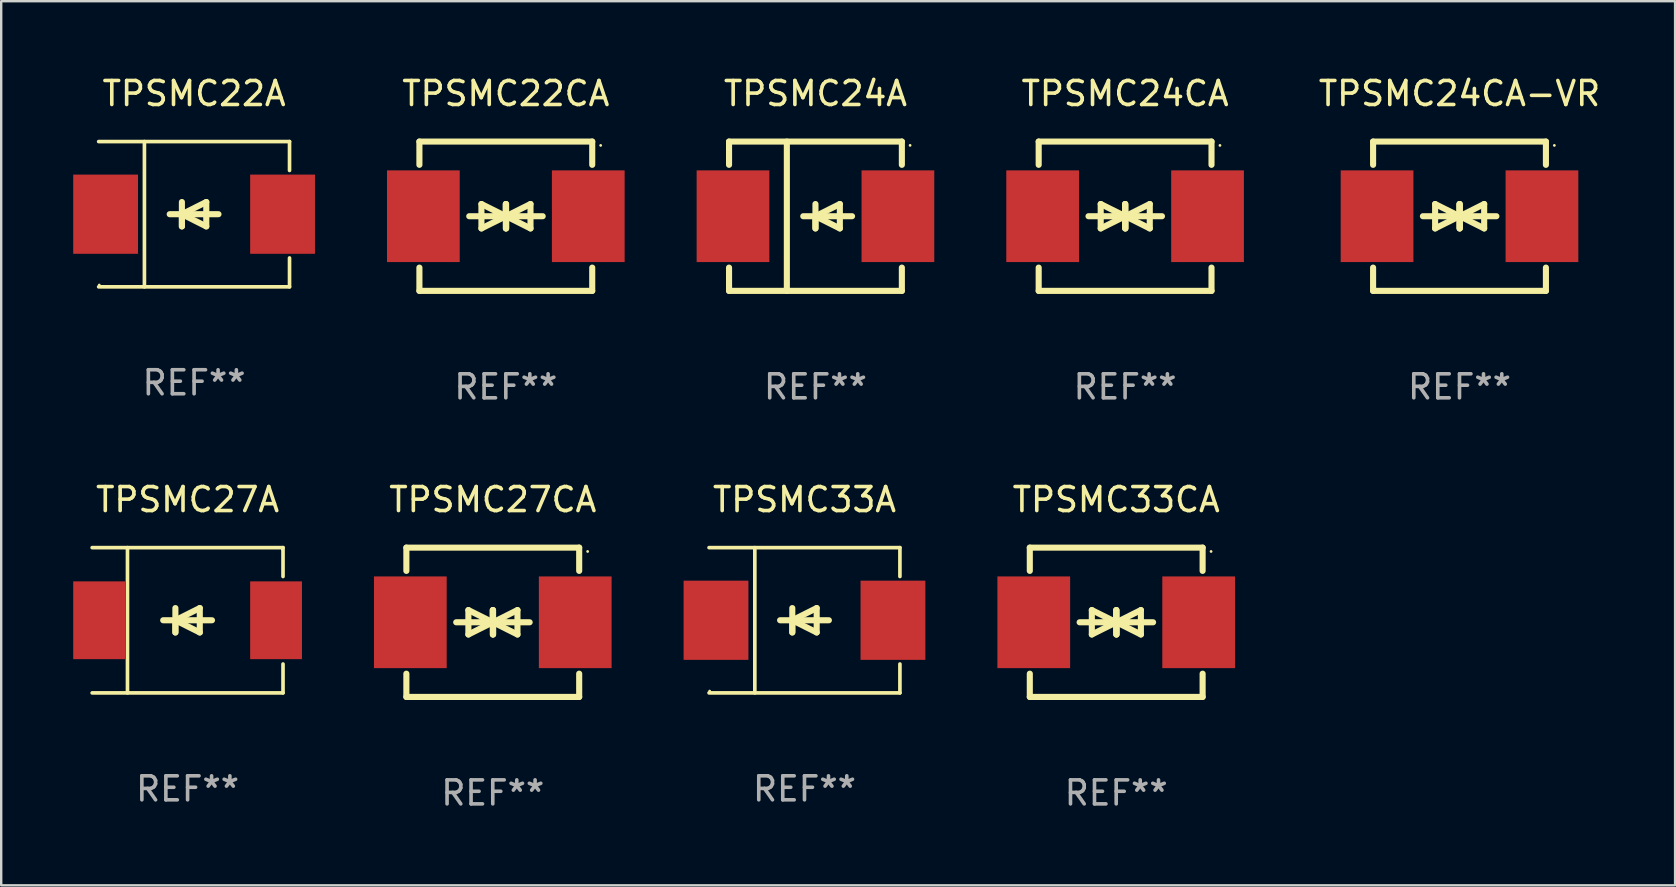
<source format=kicad_pcb>
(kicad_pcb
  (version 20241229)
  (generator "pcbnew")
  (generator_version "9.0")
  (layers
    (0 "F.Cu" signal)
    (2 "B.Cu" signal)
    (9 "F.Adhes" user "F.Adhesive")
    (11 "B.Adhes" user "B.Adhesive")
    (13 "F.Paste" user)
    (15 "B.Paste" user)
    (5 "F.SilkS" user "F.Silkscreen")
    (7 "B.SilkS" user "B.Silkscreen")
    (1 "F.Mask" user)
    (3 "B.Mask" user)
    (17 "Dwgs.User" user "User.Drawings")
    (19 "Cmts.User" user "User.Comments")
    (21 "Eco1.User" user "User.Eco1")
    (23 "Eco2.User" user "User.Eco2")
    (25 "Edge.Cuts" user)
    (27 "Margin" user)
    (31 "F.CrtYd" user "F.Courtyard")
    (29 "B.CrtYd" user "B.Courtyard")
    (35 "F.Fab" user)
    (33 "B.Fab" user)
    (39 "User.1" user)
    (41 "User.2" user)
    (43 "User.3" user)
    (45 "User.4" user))
  (footprint "TPSMC33A"
    (layer "F.Cu")
    (at 30.466 22.791)
    (property "Reference" "TPSMC33A" (at 0 -5.026 0) (layer "F.SilkS") (effects (font (size 1 1) (thickness 0.15))))
    (attr through_hole)
    (fp_line (start -3.976 -3.026) (end 3.976 -3.026) (stroke (width 0.152) (type solid)) (layer "F.SilkS"))
    (fp_line (start -3.976 3.026) (end 3.976 3.026) (stroke (width 0.152) (type solid)) (layer "F.SilkS"))
    (fp_line (start -2.069 -3.026) (end -2.069 3.026) (stroke (width 0.152) (type solid)) (layer "F.SilkS"))
    (fp_line (start -0.508 0) (end -0.508 0.508) (stroke (width 0.254) (type solid)) (layer "F.SilkS"))
    (fp_line (start -0.508 0) (end 0.508 0.508) (stroke (width 0.254) (type solid)) (layer "F.SilkS"))
    (fp_line (start -0.508 0.508) (end -0.508 -0.508) (stroke (width 0.254) (type solid)) (layer "F.SilkS"))
    (fp_line (start 0.508 -0.508) (end -0.508 0) (stroke (width 0.254) (type solid)) (layer "F.SilkS"))
    (fp_line (start 0.508 0.508) (end 0.508 -0.508) (stroke (width 0.254) (type solid)) (layer "F.SilkS"))
    (fp_line (start 1.016 0) (end -1.016 0) (stroke (width 0.254) (type solid)) (layer "F.SilkS"))
    (fp_line (start 3.976 -3.026) (end 3.976 -1.823) (stroke (width 0.152) (type solid)) (layer "F.SilkS"))
    (fp_line (start 3.976 3.026) (end 3.976 1.823) (stroke (width 0.152) (type solid)) (layer "F.SilkS"))
    (fp_circle (center -3.95 2.95) (end -3.92 2.95) (stroke (width 0.06) (type solid)) (fill no) (layer "F.SilkS"))
    (fp_text user "REF**" (at 0 7.026 0) (layer "F.Fab") (effects (font (size 1 1) (thickness 0.15))))
    (pad "1" smd rect (at -3.686 0) (size 2.7 3.3) (layers "F.Cu" "F.Mask" "F.Paste"))
    (pad "2" smd rect (at 3.686 0) (size 2.7 3.3) (layers "F.Cu" "F.Mask" "F.Paste")))
  (footprint "TPSMC27CA"
    (layer "F.Cu")
    (at 17.48 22.875)
    (property "Reference" "TPSMC27CA" (at 0 -5.11 0) (layer "F.SilkS") (effects (font (size 1 1) (thickness 0.15))))
    (attr through_hole)
    (fp_line (start -3.6 -2.141) (end -3.6 -3.11) (stroke (width 0.254) (type solid)) (layer "F.SilkS"))
    (fp_line (start -3.6 3.11) (end -3.6 2.141) (stroke (width 0.254) (type solid)) (layer "F.SilkS"))
    (fp_line (start -1.524 0) (end 0.508 0) (stroke (width 0.254) (type solid)) (layer "F.SilkS"))
    (fp_line (start -1.016 -0.508) (end -1.016 0.508) (stroke (width 0.254) (type solid)) (layer "F.SilkS"))
    (fp_line (start -1.016 0.508) (end 0 0) (stroke (width 0.254) (type solid)) (layer "F.SilkS"))
    (fp_line (start 0 -0.508) (end 0 0.508) (stroke (width 0.254) (type solid)) (layer "F.SilkS"))
    (fp_line (start 0 0) (end -1.016 -0.508) (stroke (width 0.254) (type solid)) (layer "F.SilkS"))
    (fp_line (start 0 0) (end 0 -0.508) (stroke (width 0.254) (type solid)) (layer "F.SilkS"))
    (fp_line (start 0.012 0) (end 0.012 0.508) (stroke (width 0.254) (type solid)) (layer "F.SilkS"))
    (fp_line (start 0.012 0) (end 1.028 0.508) (stroke (width 0.254) (type solid)) (layer "F.SilkS"))
    (fp_line (start 0.012 0.508) (end 0.012 -0.508) (stroke (width 0.254) (type solid)) (layer "F.SilkS"))
    (fp_line (start 1.028 -0.508) (end 0.012 0) (stroke (width 0.254) (type solid)) (layer "F.SilkS"))
    (fp_line (start 1.028 0.508) (end 1.028 -0.508) (stroke (width 0.254) (type solid)) (layer "F.SilkS"))
    (fp_line (start 1.536 0) (end -0.496 0) (stroke (width 0.254) (type solid)) (layer "F.SilkS"))
    (fp_line (start 3.6 -3.11) (end -3.6 -3.11) (stroke (width 0.254) (type solid)) (layer "F.SilkS"))
    (fp_line (start 3.6 -2.141) (end 3.6 -3.11) (stroke (width 0.254) (type solid)) (layer "F.SilkS"))
    (fp_line (start 3.6 3.11) (end -3.6 3.11) (stroke (width 0.254) (type solid)) (layer "F.SilkS"))
    (fp_line (start 3.6 3.11) (end 3.6 2.141) (stroke (width 0.254) (type solid)) (layer "F.SilkS"))
    (fp_circle (center 3.952 -2.95) (end 3.982 -2.95) (stroke (width 0.06) (type solid)) (fill no) (layer "F.SilkS"))
    (fp_text user "REF**" (at 0 7.11 0) (layer "F.Fab") (effects (font (size 1 1) (thickness 0.15))))
    (pad "1" smd rect (at 3.435 0) (size 3.03 3.82) (layers "F.Cu" "F.Mask" "F.Paste"))
    (pad "2" smd rect (at -3.435 0) (size 3.03 3.82) (layers "F.Cu" "F.Mask" "F.Paste")))
  (footprint "TPSMC24CA"
    (layer "F.Cu")
    (at 43.823 5.958)
    (property "Reference" "TPSMC24CA" (at 0 -5.11 0) (layer "F.SilkS") (effects (font (size 1 1) (thickness 0.15))))
    (attr through_hole)
    (fp_line (start -3.6 -2.141) (end -3.6 -3.11) (stroke (width 0.254) (type solid)) (layer "F.SilkS"))
    (fp_line (start -3.6 3.11) (end -3.6 2.141) (stroke (width 0.254) (type solid)) (layer "F.SilkS"))
    (fp_line (start -1.524 0) (end 0.508 0) (stroke (width 0.254) (type solid)) (layer "F.SilkS"))
    (fp_line (start -1.016 -0.508) (end -1.016 0.508) (stroke (width 0.254) (type solid)) (layer "F.SilkS"))
    (fp_line (start -1.016 0.508) (end 0 0) (stroke (width 0.254) (type solid)) (layer "F.SilkS"))
    (fp_line (start 0 -0.508) (end 0 0.508) (stroke (width 0.254) (type solid)) (layer "F.SilkS"))
    (fp_line (start 0 0) (end -1.016 -0.508) (stroke (width 0.254) (type solid)) (layer "F.SilkS"))
    (fp_line (start 0 0) (end 0 -0.508) (stroke (width 0.254) (type solid)) (layer "F.SilkS"))
    (fp_line (start 0.012 0) (end 0.012 0.508) (stroke (width 0.254) (type solid)) (layer "F.SilkS"))
    (fp_line (start 0.012 0) (end 1.028 0.508) (stroke (width 0.254) (type solid)) (layer "F.SilkS"))
    (fp_line (start 0.012 0.508) (end 0.012 -0.508) (stroke (width 0.254) (type solid)) (layer "F.SilkS"))
    (fp_line (start 1.028 -0.508) (end 0.012 0) (stroke (width 0.254) (type solid)) (layer "F.SilkS"))
    (fp_line (start 1.028 0.508) (end 1.028 -0.508) (stroke (width 0.254) (type solid)) (layer "F.SilkS"))
    (fp_line (start 1.536 0) (end -0.496 0) (stroke (width 0.254) (type solid)) (layer "F.SilkS"))
    (fp_line (start 3.6 -3.11) (end -3.6 -3.11) (stroke (width 0.254) (type solid)) (layer "F.SilkS"))
    (fp_line (start 3.6 -2.141) (end 3.6 -3.11) (stroke (width 0.254) (type solid)) (layer "F.SilkS"))
    (fp_line (start 3.6 3.11) (end -3.6 3.11) (stroke (width 0.254) (type solid)) (layer "F.SilkS"))
    (fp_line (start 3.6 3.11) (end 3.6 2.141) (stroke (width 0.254) (type solid)) (layer "F.SilkS"))
    (fp_circle (center 3.952 -2.95) (end 3.982 -2.95) (stroke (width 0.06) (type solid)) (fill no) (layer "F.SilkS"))
    (fp_text user "REF**" (at 0 7.11 0) (layer "F.Fab") (effects (font (size 1 1) (thickness 0.15))))
    (pad "1" smd rect (at 3.435 0) (size 3.03 3.82) (layers "F.Cu" "F.Mask" "F.Paste"))
    (pad "2" smd rect (at -3.435 0) (size 3.03 3.82) (layers "F.Cu" "F.Mask" "F.Paste")))
  (footprint "TPSMC33CA"
    (layer "F.Cu")
    (at 43.453 22.875)
    (property "Reference" "TPSMC33CA" (at 0 -5.11 0) (layer "F.SilkS") (effects (font (size 1 1) (thickness 0.15))))
    (attr through_hole)
    (fp_line (start -3.6 -2.141) (end -3.6 -3.11) (stroke (width 0.254) (type solid)) (layer "F.SilkS"))
    (fp_line (start -3.6 3.11) (end -3.6 2.141) (stroke (width 0.254) (type solid)) (layer "F.SilkS"))
    (fp_line (start -1.524 0) (end 0.508 0) (stroke (width 0.254) (type solid)) (layer "F.SilkS"))
    (fp_line (start -1.016 -0.508) (end -1.016 0.508) (stroke (width 0.254) (type solid)) (layer "F.SilkS"))
    (fp_line (start -1.016 0.508) (end 0 0) (stroke (width 0.254) (type solid)) (layer "F.SilkS"))
    (fp_line (start 0 -0.508) (end 0 0.508) (stroke (width 0.254) (type solid)) (layer "F.SilkS"))
    (fp_line (start 0 0) (end -1.016 -0.508) (stroke (width 0.254) (type solid)) (layer "F.SilkS"))
    (fp_line (start 0 0) (end 0 -0.508) (stroke (width 0.254) (type solid)) (layer "F.SilkS"))
    (fp_line (start 0.012 0) (end 0.012 0.508) (stroke (width 0.254) (type solid)) (layer "F.SilkS"))
    (fp_line (start 0.012 0) (end 1.028 0.508) (stroke (width 0.254) (type solid)) (layer "F.SilkS"))
    (fp_line (start 0.012 0.508) (end 0.012 -0.508) (stroke (width 0.254) (type solid)) (layer "F.SilkS"))
    (fp_line (start 1.028 -0.508) (end 0.012 0) (stroke (width 0.254) (type solid)) (layer "F.SilkS"))
    (fp_line (start 1.028 0.508) (end 1.028 -0.508) (stroke (width 0.254) (type solid)) (layer "F.SilkS"))
    (fp_line (start 1.536 0) (end -0.496 0) (stroke (width 0.254) (type solid)) (layer "F.SilkS"))
    (fp_line (start 3.6 -3.11) (end -3.6 -3.11) (stroke (width 0.254) (type solid)) (layer "F.SilkS"))
    (fp_line (start 3.6 -2.141) (end 3.6 -3.11) (stroke (width 0.254) (type solid)) (layer "F.SilkS"))
    (fp_line (start 3.6 3.11) (end -3.6 3.11) (stroke (width 0.254) (type solid)) (layer "F.SilkS"))
    (fp_line (start 3.6 3.11) (end 3.6 2.141) (stroke (width 0.254) (type solid)) (layer "F.SilkS"))
    (fp_circle (center 3.952 -2.95) (end 3.982 -2.95) (stroke (width 0.06) (type solid)) (fill no) (layer "F.SilkS"))
    (fp_text user "REF**" (at 0 7.11 0) (layer "F.Fab") (effects (font (size 1 1) (thickness 0.15))))
    (pad "1" smd rect (at 3.435 0) (size 3.03 3.82) (layers "F.Cu" "F.Mask" "F.Paste"))
    (pad "2" smd rect (at -3.435 0) (size 3.03 3.82) (layers "F.Cu" "F.Mask" "F.Paste")))
  (footprint "TPSMC27A"
    (layer "F.Cu")
    (at 4.765 22.791)
    (property "Reference" "TPSMC27A" (at 0 -5.026 0) (layer "F.SilkS") (effects (font (size 1 1) (thickness 0.15))))
    (attr through_hole)
    (fp_line (start -3.976 -3.026) (end 3.976 -3.026) (stroke (width 0.152) (type solid)) (layer "F.SilkS"))
    (fp_line (start -3.976 3.026) (end 3.976 3.026) (stroke (width 0.152) (type solid)) (layer "F.SilkS"))
    (fp_line (start -2.504 -3.026) (end -2.504 3.026) (stroke (width 0.152) (type solid)) (layer "F.SilkS"))
    (fp_line (start -0.508 0) (end -0.508 0.508) (stroke (width 0.254) (type solid)) (layer "F.SilkS"))
    (fp_line (start -0.508 0) (end 0.508 0.508) (stroke (width 0.254) (type solid)) (layer "F.SilkS"))
    (fp_line (start -0.508 0.508) (end -0.508 -0.508) (stroke (width 0.254) (type solid)) (layer "F.SilkS"))
    (fp_line (start 0.508 -0.508) (end -0.508 0) (stroke (width 0.254) (type solid)) (layer "F.SilkS"))
    (fp_line (start 0.508 0.508) (end 0.508 -0.508) (stroke (width 0.254) (type solid)) (layer "F.SilkS"))
    (fp_line (start 1.016 0) (end -1.016 0) (stroke (width 0.254) (type solid)) (layer "F.SilkS"))
    (fp_line (start 3.976 -3.026) (end 3.976 -1.823) (stroke (width 0.152) (type solid)) (layer "F.SilkS"))
    (fp_line (start 3.976 3.026) (end 3.976 1.823) (stroke (width 0.152) (type solid)) (layer "F.SilkS"))
    (fp_circle (center 3.95 -2.95) (end 3.98 -2.95) (stroke (width 0.06) (type solid)) (fill no) (layer "F.SilkS"))
    (fp_text user "REF**" (at 0 7.026 0) (layer "F.Fab") (effects (font (size 1 1) (thickness 0.15))))
    (pad "1" smd rect (at 3.686 0 180) (size 2.158 3.24) (layers "F.Cu" "F.Mask" "F.Paste"))
    (pad "2" smd rect (at -3.686 0 180) (size 2.158 3.24) (layers "F.Cu" "F.Mask" "F.Paste")))
  (footprint "TPSMC22A"
    (layer "F.Cu")
    (at 5.036 5.874)
    (property "Reference" "TPSMC22A" (at 0 -5.026 0) (layer "F.SilkS") (effects (font (size 1 1) (thickness 0.15))))
    (attr through_hole)
    (fp_line (start -3.976 -3.026) (end 3.976 -3.026) (stroke (width 0.152) (type solid)) (layer "F.SilkS"))
    (fp_line (start -3.976 3.026) (end 3.976 3.026) (stroke (width 0.152) (type solid)) (layer "F.SilkS"))
    (fp_line (start -2.069 -3.026) (end -2.069 3.026) (stroke (width 0.152) (type solid)) (layer "F.SilkS"))
    (fp_line (start -0.508 0) (end -0.508 0.508) (stroke (width 0.254) (type solid)) (layer "F.SilkS"))
    (fp_line (start -0.508 0) (end 0.508 0.508) (stroke (width 0.254) (type solid)) (layer "F.SilkS"))
    (fp_line (start -0.508 0.508) (end -0.508 -0.508) (stroke (width 0.254) (type solid)) (layer "F.SilkS"))
    (fp_line (start 0.508 -0.508) (end -0.508 0) (stroke (width 0.254) (type solid)) (layer "F.SilkS"))
    (fp_line (start 0.508 0.508) (end 0.508 -0.508) (stroke (width 0.254) (type solid)) (layer "F.SilkS"))
    (fp_line (start 1.016 0) (end -1.016 0) (stroke (width 0.254) (type solid)) (layer "F.SilkS"))
    (fp_line (start 3.976 -3.026) (end 3.976 -1.823) (stroke (width 0.152) (type solid)) (layer "F.SilkS"))
    (fp_line (start 3.976 3.026) (end 3.976 1.823) (stroke (width 0.152) (type solid)) (layer "F.SilkS"))
    (fp_circle (center -3.95 2.95) (end -3.92 2.95) (stroke (width 0.06) (type solid)) (fill no) (layer "F.SilkS"))
    (fp_text user "REF**" (at 0 7.026 0) (layer "F.Fab") (effects (font (size 1 1) (thickness 0.15))))
    (pad "1" smd rect (at -3.686 0) (size 2.7 3.3) (layers "F.Cu" "F.Mask" "F.Paste"))
    (pad "2" smd rect (at 3.686 0) (size 2.7 3.3) (layers "F.Cu" "F.Mask" "F.Paste")))
  (footprint "TPSMC22CA"
    (layer "F.Cu")
    (at 18.023 5.958)
    (property "Reference" "TPSMC22CA" (at 0 -5.11 0) (layer "F.SilkS") (effects (font (size 1 1) (thickness 0.15))))
    (attr through_hole)
    (fp_line (start -3.6 -2.141) (end -3.6 -3.11) (stroke (width 0.254) (type solid)) (layer "F.SilkS"))
    (fp_line (start -3.6 3.11) (end -3.6 2.141) (stroke (width 0.254) (type solid)) (layer "F.SilkS"))
    (fp_line (start -1.524 0) (end 0.508 0) (stroke (width 0.254) (type solid)) (layer "F.SilkS"))
    (fp_line (start -1.016 -0.508) (end -1.016 0.508) (stroke (width 0.254) (type solid)) (layer "F.SilkS"))
    (fp_line (start -1.016 0.508) (end 0 0) (stroke (width 0.254) (type solid)) (layer "F.SilkS"))
    (fp_line (start 0 -0.508) (end 0 0.508) (stroke (width 0.254) (type solid)) (layer "F.SilkS"))
    (fp_line (start 0 0) (end -1.016 -0.508) (stroke (width 0.254) (type solid)) (layer "F.SilkS"))
    (fp_line (start 0 0) (end 0 -0.508) (stroke (width 0.254) (type solid)) (layer "F.SilkS"))
    (fp_line (start 0.012 0) (end 0.012 0.508) (stroke (width 0.254) (type solid)) (layer "F.SilkS"))
    (fp_line (start 0.012 0) (end 1.028 0.508) (stroke (width 0.254) (type solid)) (layer "F.SilkS"))
    (fp_line (start 0.012 0.508) (end 0.012 -0.508) (stroke (width 0.254) (type solid)) (layer "F.SilkS"))
    (fp_line (start 1.028 -0.508) (end 0.012 0) (stroke (width 0.254) (type solid)) (layer "F.SilkS"))
    (fp_line (start 1.028 0.508) (end 1.028 -0.508) (stroke (width 0.254) (type solid)) (layer "F.SilkS"))
    (fp_line (start 1.536 0) (end -0.496 0) (stroke (width 0.254) (type solid)) (layer "F.SilkS"))
    (fp_line (start 3.6 -3.11) (end -3.6 -3.11) (stroke (width 0.254) (type solid)) (layer "F.SilkS"))
    (fp_line (start 3.6 -2.141) (end 3.6 -3.11) (stroke (width 0.254) (type solid)) (layer "F.SilkS"))
    (fp_line (start 3.6 3.11) (end -3.6 3.11) (stroke (width 0.254) (type solid)) (layer "F.SilkS"))
    (fp_line (start 3.6 3.11) (end 3.6 2.141) (stroke (width 0.254) (type solid)) (layer "F.SilkS"))
    (fp_circle (center 3.952 -2.95) (end 3.982 -2.95) (stroke (width 0.06) (type solid)) (fill no) (layer "F.SilkS"))
    (fp_text user "REF**" (at 0 7.11 0) (layer "F.Fab") (effects (font (size 1 1) (thickness 0.15))))
    (pad "1" smd rect (at 3.435 0) (size 3.03 3.82) (layers "F.Cu" "F.Mask" "F.Paste"))
    (pad "2" smd rect (at -3.435 0) (size 3.03 3.82) (layers "F.Cu" "F.Mask" "F.Paste")))
  (footprint "TPSMC24A"
    (layer "F.Cu")
    (at 30.923 5.958)
    (property "Reference" "TPSMC24A" (at 0 -5.11 0) (layer "F.SilkS") (effects (font (size 1 1) (thickness 0.15))))
    (attr through_hole)
    (fp_line (start -3.6 -3.11) (end -3.6 -2.141) (stroke (width 0.254) (type solid)) (layer "F.SilkS"))
    (fp_line (start -3.6 -3.11) (end 3.6 -3.11) (stroke (width 0.254) (type solid)) (layer "F.SilkS"))
    (fp_line (start -3.6 2.141) (end -3.6 3.11) (stroke (width 0.254) (type solid)) (layer "F.SilkS"))
    (fp_line (start -3.6 3.11) (end 3.6 3.11) (stroke (width 0.254) (type solid)) (layer "F.SilkS"))
    (fp_line (start -1.192 -3.11) (end -1.192 3.11) (stroke (width 0.254) (type solid)) (layer "F.SilkS"))
    (fp_line (start 0 0) (end 0 0.508) (stroke (width 0.254) (type solid)) (layer "F.SilkS"))
    (fp_line (start 0 0) (end 1.016 0.508) (stroke (width 0.254) (type solid)) (layer "F.SilkS"))
    (fp_line (start 0 0.508) (end 0 -0.508) (stroke (width 0.254) (type solid)) (layer "F.SilkS"))
    (fp_line (start 1.016 -0.508) (end 0 0) (stroke (width 0.254) (type solid)) (layer "F.SilkS"))
    (fp_line (start 1.016 0.508) (end 1.016 -0.508) (stroke (width 0.254) (type solid)) (layer "F.SilkS"))
    (fp_line (start 1.524 0) (end -0.508 0) (stroke (width 0.254) (type solid)) (layer "F.SilkS"))
    (fp_line (start 3.6 -3.11) (end 3.6 -2.141) (stroke (width 0.254) (type solid)) (layer "F.SilkS"))
    (fp_line (start 3.6 2.141) (end 3.6 3.11) (stroke (width 0.254) (type solid)) (layer "F.SilkS"))
    (fp_circle (center 3.943 -2.952) (end 3.973 -2.952) (stroke (width 0.06) (type solid)) (fill no) (layer "F.SilkS"))
    (fp_text user "REF**" (at 0 7.11 0) (layer "F.Fab") (effects (font (size 1 1) (thickness 0.15))))
    (pad "1" smd rect (at 3.435 0 180) (size 3.03 3.82) (layers "F.Cu" "F.Mask" "F.Paste"))
    (pad "2" smd rect (at -3.435 0 180) (size 3.03 3.82) (layers "F.Cu" "F.Mask" "F.Paste")))
  (footprint "TPSMC24CA-VR"
    (layer "F.Cu")
    (at 57.755 5.958)
    (property "Reference" "TPSMC24CA-VR" (at 0 -5.11 0) (layer "F.SilkS") (effects (font (size 1 1) (thickness 0.15))))
    (attr through_hole)
    (fp_line (start -3.6 -2.141) (end -3.6 -3.11) (stroke (width 0.254) (type solid)) (layer "F.SilkS"))
    (fp_line (start -3.6 3.11) (end -3.6 2.141) (stroke (width 0.254) (type solid)) (layer "F.SilkS"))
    (fp_line (start -1.524 0) (end 0.508 0) (stroke (width 0.254) (type solid)) (layer "F.SilkS"))
    (fp_line (start -1.016 -0.508) (end -1.016 0.508) (stroke (width 0.254) (type solid)) (layer "F.SilkS"))
    (fp_line (start -1.016 0.508) (end 0 0) (stroke (width 0.254) (type solid)) (layer "F.SilkS"))
    (fp_line (start 0 -0.508) (end 0 0.508) (stroke (width 0.254) (type solid)) (layer "F.SilkS"))
    (fp_line (start 0 0) (end -1.016 -0.508) (stroke (width 0.254) (type solid)) (layer "F.SilkS"))
    (fp_line (start 0 0) (end 0 -0.508) (stroke (width 0.254) (type solid)) (layer "F.SilkS"))
    (fp_line (start 0.012 0) (end 0.012 0.508) (stroke (width 0.254) (type solid)) (layer "F.SilkS"))
    (fp_line (start 0.012 0) (end 1.028 0.508) (stroke (width 0.254) (type solid)) (layer "F.SilkS"))
    (fp_line (start 0.012 0.508) (end 0.012 -0.508) (stroke (width 0.254) (type solid)) (layer "F.SilkS"))
    (fp_line (start 1.028 -0.508) (end 0.012 0) (stroke (width 0.254) (type solid)) (layer "F.SilkS"))
    (fp_line (start 1.028 0.508) (end 1.028 -0.508) (stroke (width 0.254) (type solid)) (layer "F.SilkS"))
    (fp_line (start 1.536 0) (end -0.496 0) (stroke (width 0.254) (type solid)) (layer "F.SilkS"))
    (fp_line (start 3.6 -3.11) (end -3.6 -3.11) (stroke (width 0.254) (type solid)) (layer "F.SilkS"))
    (fp_line (start 3.6 -2.141) (end 3.6 -3.11) (stroke (width 0.254) (type solid)) (layer "F.SilkS"))
    (fp_line (start 3.6 3.11) (end -3.6 3.11) (stroke (width 0.254) (type solid)) (layer "F.SilkS"))
    (fp_line (start 3.6 3.11) (end 3.6 2.141) (stroke (width 0.254) (type solid)) (layer "F.SilkS"))
    (fp_circle (center 3.952 -2.95) (end 3.982 -2.95) (stroke (width 0.06) (type solid)) (fill no) (layer "F.SilkS"))
    (fp_text user "REF**" (at 0 7.11 0) (layer "F.Fab") (effects (font (size 1 1) (thickness 0.15))))
    (pad "1" smd rect (at 3.435 0) (size 3.03 3.82) (layers "F.Cu" "F.Mask" "F.Paste"))
    (pad "2" smd rect (at -3.435 0) (size 3.03 3.82) (layers "F.Cu" "F.Mask" "F.Paste")))
  (gr_rect
    (start -3 -3)
    (end 66.737 33.833)
    (stroke (width 0.1) (type default))
    (fill no)
    (layer "Edge.Cuts")))
</source>
